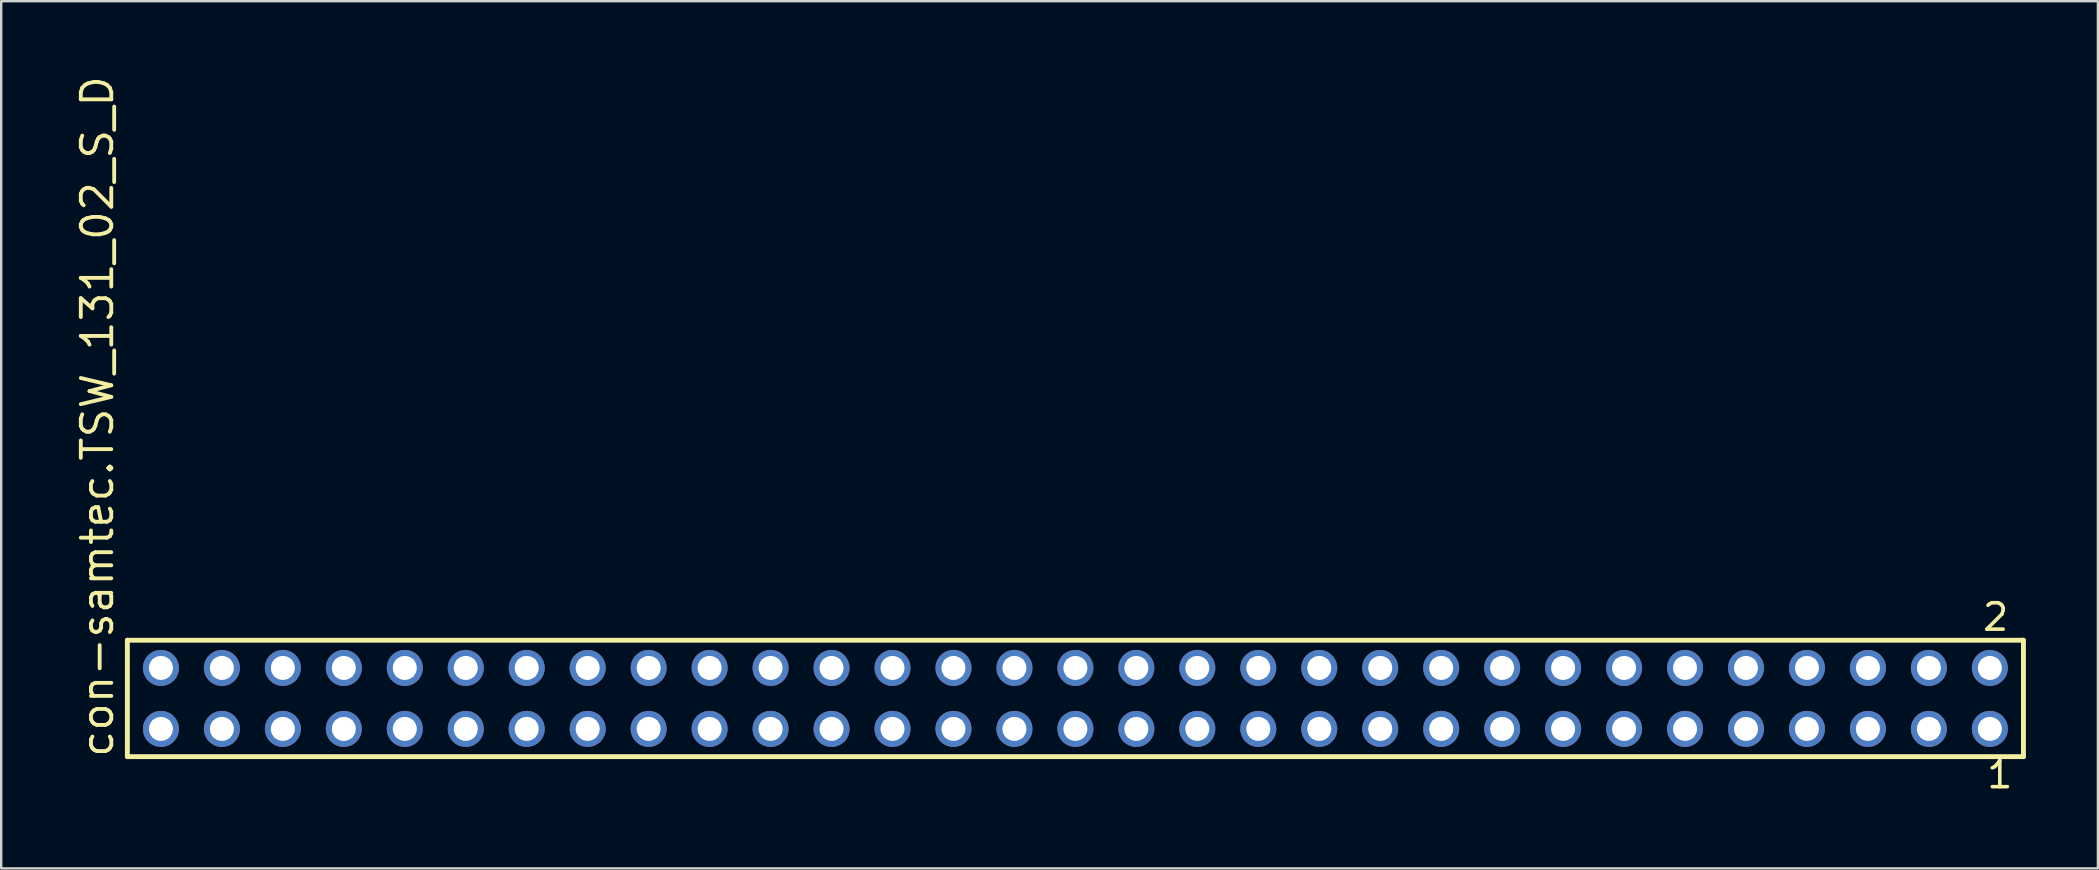
<source format=kicad_pcb>
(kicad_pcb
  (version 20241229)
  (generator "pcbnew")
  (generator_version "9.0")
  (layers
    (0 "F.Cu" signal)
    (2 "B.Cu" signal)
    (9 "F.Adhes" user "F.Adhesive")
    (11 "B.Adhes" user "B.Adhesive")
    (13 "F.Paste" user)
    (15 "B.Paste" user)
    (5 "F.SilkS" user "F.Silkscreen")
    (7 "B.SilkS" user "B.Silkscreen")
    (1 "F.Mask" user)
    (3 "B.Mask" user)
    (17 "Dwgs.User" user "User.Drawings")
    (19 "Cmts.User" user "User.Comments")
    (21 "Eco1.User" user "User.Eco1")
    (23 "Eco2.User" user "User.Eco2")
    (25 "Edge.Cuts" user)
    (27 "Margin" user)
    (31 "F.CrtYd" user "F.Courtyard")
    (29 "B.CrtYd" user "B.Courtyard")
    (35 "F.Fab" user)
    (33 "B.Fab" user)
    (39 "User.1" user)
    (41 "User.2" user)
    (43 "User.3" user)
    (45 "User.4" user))
  (footprint "con-samtec.TSW_131_02_S_D"
    (layer "F.Cu")
    (at 41.755 26.049)
    (property "Reference" "con-samtec.TSW_131_02_S_D" (at -40.005 2.54 90) (layer "F.SilkS") (effects (font (size 1.27 1.27) (thickness 0.16)) (justify left bottom)))
    (attr through_hole)
    (fp_line (start -39.499 -2.425) (end 39.499 -2.425) (stroke (width 0.203) (type default)) (layer "F.SilkS"))
    (fp_line (start -39.499 2.425) (end -39.499 -2.425) (stroke (width 0.203) (type default)) (layer "F.SilkS"))
    (fp_line (start 39.499 -2.425) (end 39.499 2.425) (stroke (width 0.203) (type default)) (layer "F.SilkS"))
    (fp_line (start 39.499 2.425) (end -39.499 2.425) (stroke (width 0.203) (type default)) (layer "F.SilkS"))
    (fp_rect (start -38.45 -0.92) (end -37.75 -1.62) (stroke (width 0.05) (type default)) (fill no) (layer "F.Fab"))
    (fp_rect (start -38.45 1.62) (end -37.75 0.92) (stroke (width 0.05) (type default)) (fill no) (layer "F.Fab"))
    (fp_rect (start -35.91 -0.92) (end -35.21 -1.62) (stroke (width 0.05) (type default)) (fill no) (layer "F.Fab"))
    (fp_rect (start -35.91 1.62) (end -35.21 0.92) (stroke (width 0.05) (type default)) (fill no) (layer "F.Fab"))
    (fp_rect (start -33.37 -0.92) (end -32.67 -1.62) (stroke (width 0.05) (type default)) (fill no) (layer "F.Fab"))
    (fp_rect (start -33.37 1.62) (end -32.67 0.92) (stroke (width 0.05) (type default)) (fill no) (layer "F.Fab"))
    (fp_rect (start -30.83 -0.92) (end -30.13 -1.62) (stroke (width 0.05) (type default)) (fill no) (layer "F.Fab"))
    (fp_rect (start -30.83 1.62) (end -30.13 0.92) (stroke (width 0.05) (type default)) (fill no) (layer "F.Fab"))
    (fp_rect (start -28.29 -0.92) (end -27.59 -1.62) (stroke (width 0.05) (type default)) (fill no) (layer "F.Fab"))
    (fp_rect (start -28.29 1.62) (end -27.59 0.92) (stroke (width 0.05) (type default)) (fill no) (layer "F.Fab"))
    (fp_rect (start -25.75 -0.92) (end -25.05 -1.62) (stroke (width 0.05) (type default)) (fill no) (layer "F.Fab"))
    (fp_rect (start -25.75 1.62) (end -25.05 0.92) (stroke (width 0.05) (type default)) (fill no) (layer "F.Fab"))
    (fp_rect (start -23.21 -0.92) (end -22.51 -1.62) (stroke (width 0.05) (type default)) (fill no) (layer "F.Fab"))
    (fp_rect (start -23.21 1.62) (end -22.51 0.92) (stroke (width 0.05) (type default)) (fill no) (layer "F.Fab"))
    (fp_rect (start -20.67 -0.92) (end -19.97 -1.62) (stroke (width 0.05) (type default)) (fill no) (layer "F.Fab"))
    (fp_rect (start -20.67 1.62) (end -19.97 0.92) (stroke (width 0.05) (type default)) (fill no) (layer "F.Fab"))
    (fp_rect (start -18.13 -0.92) (end -17.43 -1.62) (stroke (width 0.05) (type default)) (fill no) (layer "F.Fab"))
    (fp_rect (start -18.13 1.62) (end -17.43 0.92) (stroke (width 0.05) (type default)) (fill no) (layer "F.Fab"))
    (fp_rect (start -15.59 -0.92) (end -14.89 -1.62) (stroke (width 0.05) (type default)) (fill no) (layer "F.Fab"))
    (fp_rect (start -15.59 1.62) (end -14.89 0.92) (stroke (width 0.05) (type default)) (fill no) (layer "F.Fab"))
    (fp_rect (start -13.05 -0.92) (end -12.35 -1.62) (stroke (width 0.05) (type default)) (fill no) (layer "F.Fab"))
    (fp_rect (start -13.05 1.62) (end -12.35 0.92) (stroke (width 0.05) (type default)) (fill no) (layer "F.Fab"))
    (fp_rect (start -10.51 -0.92) (end -9.81 -1.62) (stroke (width 0.05) (type default)) (fill no) (layer "F.Fab"))
    (fp_rect (start -10.51 1.62) (end -9.81 0.92) (stroke (width 0.05) (type default)) (fill no) (layer "F.Fab"))
    (fp_rect (start -7.97 -0.92) (end -7.27 -1.62) (stroke (width 0.05) (type default)) (fill no) (layer "F.Fab"))
    (fp_rect (start -7.97 1.62) (end -7.27 0.92) (stroke (width 0.05) (type default)) (fill no) (layer "F.Fab"))
    (fp_rect (start -5.43 -0.92) (end -4.73 -1.62) (stroke (width 0.05) (type default)) (fill no) (layer "F.Fab"))
    (fp_rect (start -5.43 1.62) (end -4.73 0.92) (stroke (width 0.05) (type default)) (fill no) (layer "F.Fab"))
    (fp_rect (start -2.89 -0.92) (end -2.19 -1.62) (stroke (width 0.05) (type default)) (fill no) (layer "F.Fab"))
    (fp_rect (start -2.89 1.62) (end -2.19 0.92) (stroke (width 0.05) (type default)) (fill no) (layer "F.Fab"))
    (fp_rect (start -0.35 -0.92) (end 0.35 -1.62) (stroke (width 0.05) (type default)) (fill no) (layer "F.Fab"))
    (fp_rect (start -0.35 1.62) (end 0.35 0.92) (stroke (width 0.05) (type default)) (fill no) (layer "F.Fab"))
    (fp_rect (start 2.19 -0.92) (end 2.89 -1.62) (stroke (width 0.05) (type default)) (fill no) (layer "F.Fab"))
    (fp_rect (start 2.19 1.62) (end 2.89 0.92) (stroke (width 0.05) (type default)) (fill no) (layer "F.Fab"))
    (fp_rect (start 4.73 -0.92) (end 5.43 -1.62) (stroke (width 0.05) (type default)) (fill no) (layer "F.Fab"))
    (fp_rect (start 4.73 1.62) (end 5.43 0.92) (stroke (width 0.05) (type default)) (fill no) (layer "F.Fab"))
    (fp_rect (start 7.27 -0.92) (end 7.97 -1.62) (stroke (width 0.05) (type default)) (fill no) (layer "F.Fab"))
    (fp_rect (start 7.27 1.62) (end 7.97 0.92) (stroke (width 0.05) (type default)) (fill no) (layer "F.Fab"))
    (fp_rect (start 9.81 -0.92) (end 10.51 -1.62) (stroke (width 0.05) (type default)) (fill no) (layer "F.Fab"))
    (fp_rect (start 9.81 1.62) (end 10.51 0.92) (stroke (width 0.05) (type default)) (fill no) (layer "F.Fab"))
    (fp_rect (start 12.35 -0.92) (end 13.05 -1.62) (stroke (width 0.05) (type default)) (fill no) (layer "F.Fab"))
    (fp_rect (start 12.35 1.62) (end 13.05 0.92) (stroke (width 0.05) (type default)) (fill no) (layer "F.Fab"))
    (fp_rect (start 14.89 -0.92) (end 15.59 -1.62) (stroke (width 0.05) (type default)) (fill no) (layer "F.Fab"))
    (fp_rect (start 14.89 1.62) (end 15.59 0.92) (stroke (width 0.05) (type default)) (fill no) (layer "F.Fab"))
    (fp_rect (start 17.43 -0.92) (end 18.13 -1.62) (stroke (width 0.05) (type default)) (fill no) (layer "F.Fab"))
    (fp_rect (start 17.43 1.62) (end 18.13 0.92) (stroke (width 0.05) (type default)) (fill no) (layer "F.Fab"))
    (fp_rect (start 19.97 -0.92) (end 20.67 -1.62) (stroke (width 0.05) (type default)) (fill no) (layer "F.Fab"))
    (fp_rect (start 19.97 1.62) (end 20.67 0.92) (stroke (width 0.05) (type default)) (fill no) (layer "F.Fab"))
    (fp_rect (start 22.51 -0.92) (end 23.21 -1.62) (stroke (width 0.05) (type default)) (fill no) (layer "F.Fab"))
    (fp_rect (start 22.51 1.62) (end 23.21 0.92) (stroke (width 0.05) (type default)) (fill no) (layer "F.Fab"))
    (fp_rect (start 25.05 -0.92) (end 25.75 -1.62) (stroke (width 0.05) (type default)) (fill no) (layer "F.Fab"))
    (fp_rect (start 25.05 1.62) (end 25.75 0.92) (stroke (width 0.05) (type default)) (fill no) (layer "F.Fab"))
    (fp_rect (start 27.59 -0.92) (end 28.29 -1.62) (stroke (width 0.05) (type default)) (fill no) (layer "F.Fab"))
    (fp_rect (start 27.59 1.62) (end 28.29 0.92) (stroke (width 0.05) (type default)) (fill no) (layer "F.Fab"))
    (fp_rect (start 30.13 -0.92) (end 30.83 -1.62) (stroke (width 0.05) (type default)) (fill no) (layer "F.Fab"))
    (fp_rect (start 30.13 1.62) (end 30.83 0.92) (stroke (width 0.05) (type default)) (fill no) (layer "F.Fab"))
    (fp_rect (start 32.67 -0.92) (end 33.37 -1.62) (stroke (width 0.05) (type default)) (fill no) (layer "F.Fab"))
    (fp_rect (start 32.67 1.62) (end 33.37 0.92) (stroke (width 0.05) (type default)) (fill no) (layer "F.Fab"))
    (fp_rect (start 35.21 -0.92) (end 35.91 -1.62) (stroke (width 0.05) (type default)) (fill no) (layer "F.Fab"))
    (fp_rect (start 35.21 1.62) (end 35.91 0.92) (stroke (width 0.05) (type default)) (fill no) (layer "F.Fab"))
    (fp_rect (start 37.75 -0.92) (end 38.45 -1.62) (stroke (width 0.05) (type default)) (fill no) (layer "F.Fab"))
    (fp_rect (start 37.75 1.62) (end 38.45 0.92) (stroke (width 0.05) (type default)) (fill no) (layer "F.Fab"))
    (fp_text user "2" (at 37.717 -2.744 0) (layer "F.SilkS") (effects (font (size 1.1 1.1) (thickness 0.15)) (justify left bottom)))
    (fp_text user "1" (at 37.892 3.818 0) (layer "F.SilkS") (effects (font (size 1.1 1.1) (thickness 0.15)) (justify left bottom)))
    (pad "1" thru_hole circle (at 38.1 1.27 180) (size 1.5 1.5) (drill 1) (layers "*.Cu" "*.Mask"))
    (pad "2" thru_hole circle (at 38.1 -1.27 180) (size 1.5 1.5) (drill 1) (layers "*.Cu" "*.Mask"))
    (pad "3" thru_hole circle (at 35.56 1.27 180) (size 1.5 1.5) (drill 1) (layers "*.Cu" "*.Mask"))
    (pad "4" thru_hole circle (at 35.56 -1.27 180) (size 1.5 1.5) (drill 1) (layers "*.Cu" "*.Mask"))
    (pad "5" thru_hole circle (at 33.02 1.27 180) (size 1.5 1.5) (drill 1) (layers "*.Cu" "*.Mask"))
    (pad "6" thru_hole circle (at 33.02 -1.27 180) (size 1.5 1.5) (drill 1) (layers "*.Cu" "*.Mask"))
    (pad "7" thru_hole circle (at 30.48 1.27 180) (size 1.5 1.5) (drill 1) (layers "*.Cu" "*.Mask"))
    (pad "8" thru_hole circle (at 30.48 -1.27 180) (size 1.5 1.5) (drill 1) (layers "*.Cu" "*.Mask"))
    (pad "9" thru_hole circle (at 27.94 1.27 180) (size 1.5 1.5) (drill 1) (layers "*.Cu" "*.Mask"))
    (pad "10" thru_hole circle (at 27.94 -1.27 180) (size 1.5 1.5) (drill 1) (layers "*.Cu" "*.Mask"))
    (pad "11" thru_hole circle (at 25.4 1.27 180) (size 1.5 1.5) (drill 1) (layers "*.Cu" "*.Mask"))
    (pad "12" thru_hole circle (at 25.4 -1.27 180) (size 1.5 1.5) (drill 1) (layers "*.Cu" "*.Mask"))
    (pad "13" thru_hole circle (at 22.86 1.27 180) (size 1.5 1.5) (drill 1) (layers "*.Cu" "*.Mask"))
    (pad "14" thru_hole circle (at 22.86 -1.27 180) (size 1.5 1.5) (drill 1) (layers "*.Cu" "*.Mask"))
    (pad "15" thru_hole circle (at 20.32 1.27 180) (size 1.5 1.5) (drill 1) (layers "*.Cu" "*.Mask"))
    (pad "16" thru_hole circle (at 20.32 -1.27 180) (size 1.5 1.5) (drill 1) (layers "*.Cu" "*.Mask"))
    (pad "17" thru_hole circle (at 17.78 1.27 180) (size 1.5 1.5) (drill 1) (layers "*.Cu" "*.Mask"))
    (pad "18" thru_hole circle (at 17.78 -1.27 180) (size 1.5 1.5) (drill 1) (layers "*.Cu" "*.Mask"))
    (pad "19" thru_hole circle (at 15.24 1.27 180) (size 1.5 1.5) (drill 1) (layers "*.Cu" "*.Mask"))
    (pad "20" thru_hole circle (at 15.24 -1.27 180) (size 1.5 1.5) (drill 1) (layers "*.Cu" "*.Mask"))
    (pad "21" thru_hole circle (at 12.7 1.27 180) (size 1.5 1.5) (drill 1) (layers "*.Cu" "*.Mask"))
    (pad "22" thru_hole circle (at 12.7 -1.27 180) (size 1.5 1.5) (drill 1) (layers "*.Cu" "*.Mask"))
    (pad "23" thru_hole circle (at 10.16 1.27 180) (size 1.5 1.5) (drill 1) (layers "*.Cu" "*.Mask"))
    (pad "24" thru_hole circle (at 10.16 -1.27 180) (size 1.5 1.5) (drill 1) (layers "*.Cu" "*.Mask"))
    (pad "25" thru_hole circle (at 7.62 1.27 180) (size 1.5 1.5) (drill 1) (layers "*.Cu" "*.Mask"))
    (pad "26" thru_hole circle (at 7.62 -1.27 180) (size 1.5 1.5) (drill 1) (layers "*.Cu" "*.Mask"))
    (pad "27" thru_hole circle (at 5.08 1.27 180) (size 1.5 1.5) (drill 1) (layers "*.Cu" "*.Mask"))
    (pad "28" thru_hole circle (at 5.08 -1.27 180) (size 1.5 1.5) (drill 1) (layers "*.Cu" "*.Mask"))
    (pad "29" thru_hole circle (at 2.54 1.27 180) (size 1.5 1.5) (drill 1) (layers "*.Cu" "*.Mask"))
    (pad "30" thru_hole circle (at 2.54 -1.27 180) (size 1.5 1.5) (drill 1) (layers "*.Cu" "*.Mask"))
    (pad "31" thru_hole circle (at 0 1.27 180) (size 1.5 1.5) (drill 1) (layers "*.Cu" "*.Mask"))
    (pad "32" thru_hole circle (at 0 -1.27 180) (size 1.5 1.5) (drill 1) (layers "*.Cu" "*.Mask"))
    (pad "33" thru_hole circle (at -2.54 1.27 180) (size 1.5 1.5) (drill 1) (layers "*.Cu" "*.Mask"))
    (pad "34" thru_hole circle (at -2.54 -1.27 180) (size 1.5 1.5) (drill 1) (layers "*.Cu" "*.Mask"))
    (pad "35" thru_hole circle (at -5.08 1.27 180) (size 1.5 1.5) (drill 1) (layers "*.Cu" "*.Mask"))
    (pad "36" thru_hole circle (at -5.08 -1.27 180) (size 1.5 1.5) (drill 1) (layers "*.Cu" "*.Mask"))
    (pad "37" thru_hole circle (at -7.62 1.27 180) (size 1.5 1.5) (drill 1) (layers "*.Cu" "*.Mask"))
    (pad "38" thru_hole circle (at -7.62 -1.27 180) (size 1.5 1.5) (drill 1) (layers "*.Cu" "*.Mask"))
    (pad "39" thru_hole circle (at -10.16 1.27 180) (size 1.5 1.5) (drill 1) (layers "*.Cu" "*.Mask"))
    (pad "40" thru_hole circle (at -10.16 -1.27 180) (size 1.5 1.5) (drill 1) (layers "*.Cu" "*.Mask"))
    (pad "41" thru_hole circle (at -12.7 1.27 180) (size 1.5 1.5) (drill 1) (layers "*.Cu" "*.Mask"))
    (pad "42" thru_hole circle (at -12.7 -1.27 180) (size 1.5 1.5) (drill 1) (layers "*.Cu" "*.Mask"))
    (pad "43" thru_hole circle (at -15.24 1.27 180) (size 1.5 1.5) (drill 1) (layers "*.Cu" "*.Mask"))
    (pad "44" thru_hole circle (at -15.24 -1.27 180) (size 1.5 1.5) (drill 1) (layers "*.Cu" "*.Mask"))
    (pad "45" thru_hole circle (at -17.78 1.27 180) (size 1.5 1.5) (drill 1) (layers "*.Cu" "*.Mask"))
    (pad "46" thru_hole circle (at -17.78 -1.27 180) (size 1.5 1.5) (drill 1) (layers "*.Cu" "*.Mask"))
    (pad "47" thru_hole circle (at -20.32 1.27 180) (size 1.5 1.5) (drill 1) (layers "*.Cu" "*.Mask"))
    (pad "48" thru_hole circle (at -20.32 -1.27 180) (size 1.5 1.5) (drill 1) (layers "*.Cu" "*.Mask"))
    (pad "49" thru_hole circle (at -22.86 1.27 180) (size 1.5 1.5) (drill 1) (layers "*.Cu" "*.Mask"))
    (pad "50" thru_hole circle (at -22.86 -1.27 180) (size 1.5 1.5) (drill 1) (layers "*.Cu" "*.Mask"))
    (pad "51" thru_hole circle (at -25.4 1.27 180) (size 1.5 1.5) (drill 1) (layers "*.Cu" "*.Mask"))
    (pad "52" thru_hole circle (at -25.4 -1.27 180) (size 1.5 1.5) (drill 1) (layers "*.Cu" "*.Mask"))
    (pad "53" thru_hole circle (at -27.94 1.27 180) (size 1.5 1.5) (drill 1) (layers "*.Cu" "*.Mask"))
    (pad "54" thru_hole circle (at -27.94 -1.27 180) (size 1.5 1.5) (drill 1) (layers "*.Cu" "*.Mask"))
    (pad "55" thru_hole circle (at -30.48 1.27 180) (size 1.5 1.5) (drill 1) (layers "*.Cu" "*.Mask"))
    (pad "56" thru_hole circle (at -30.48 -1.27 180) (size 1.5 1.5) (drill 1) (layers "*.Cu" "*.Mask"))
    (pad "57" thru_hole circle (at -33.02 1.27 180) (size 1.5 1.5) (drill 1) (layers "*.Cu" "*.Mask"))
    (pad "58" thru_hole circle (at -33.02 -1.27 180) (size 1.5 1.5) (drill 1) (layers "*.Cu" "*.Mask"))
    (pad "59" thru_hole circle (at -35.56 1.27 180) (size 1.5 1.5) (drill 1) (layers "*.Cu" "*.Mask"))
    (pad "60" thru_hole circle (at -35.56 -1.27 180) (size 1.5 1.5) (drill 1) (layers "*.Cu" "*.Mask"))
    (pad "61" thru_hole circle (at -38.1 1.27 180) (size 1.5 1.5) (drill 1) (layers "*.Cu" "*.Mask"))
    (pad "62" thru_hole circle (at -38.1 -1.27 180) (size 1.5 1.5) (drill 1) (layers "*.Cu" "*.Mask")))
  (gr_rect
    (start -3 -3)
    (end 84.356 33.131)
    (stroke (width 0.1) (type default))
    (fill no)
    (layer "Edge.Cuts")))
</source>
